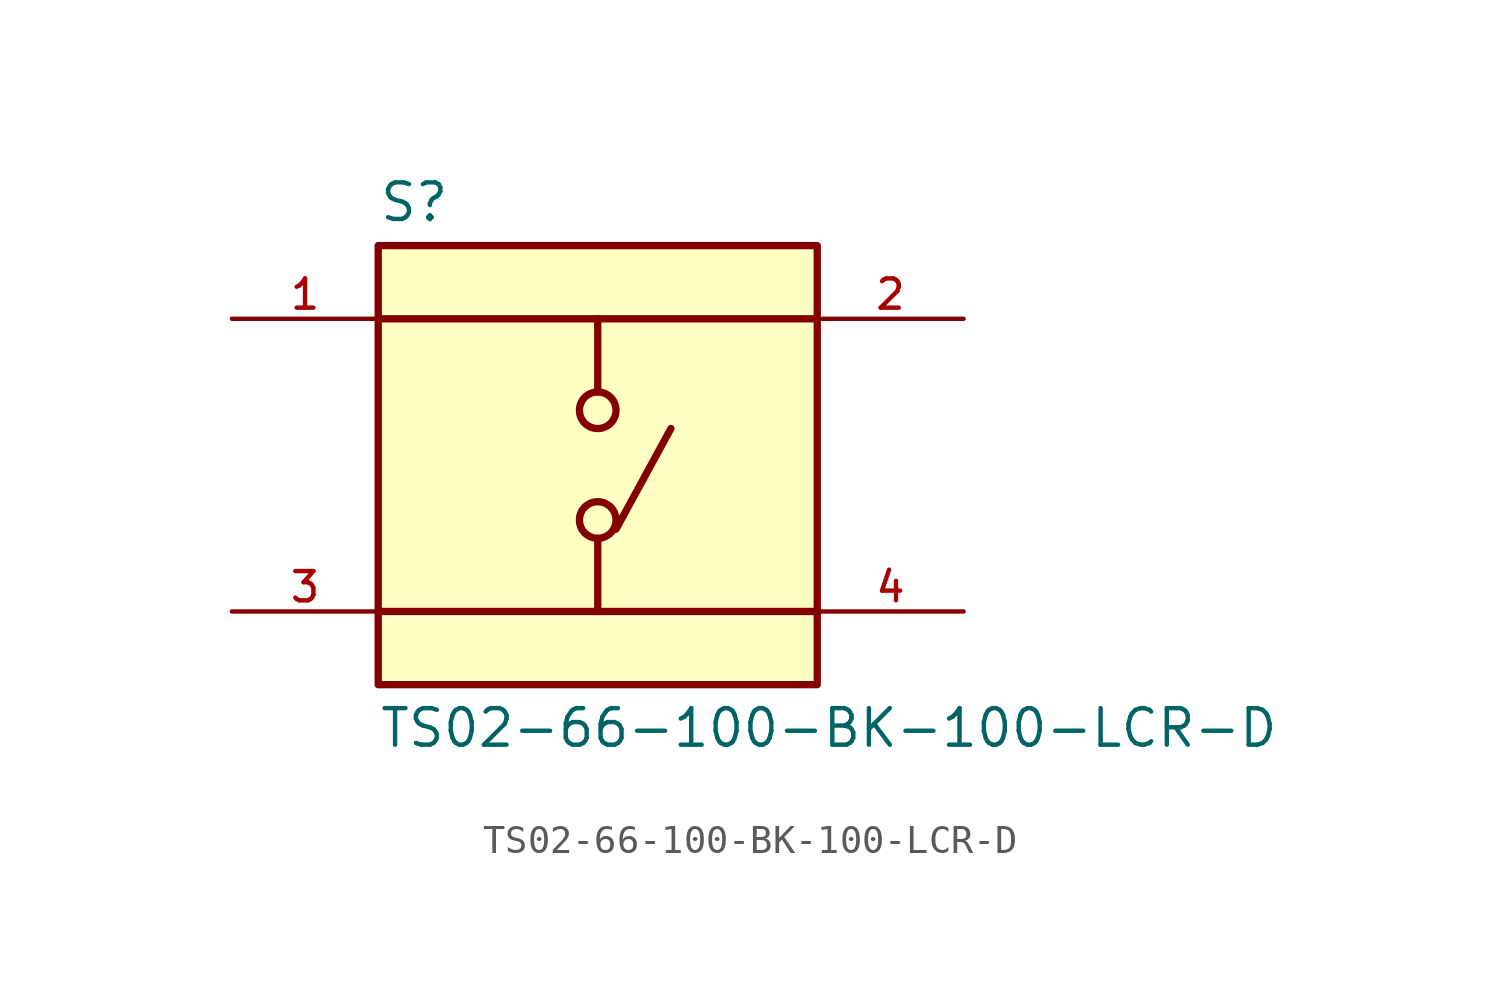
<source format=kicad_sym>
(kicad_symbol_lib
  (version 20211014)
  (generator kicad_symbol_editor)
  (symbol "TS02-66-100-BK-100-LCR-D"
    (pin_names
      (offset 1.016))
    (property "Reference" "S"
      (at -7.62 8.382 0)
      (effects (font (size 1.27 1.27)) (justify bottom left)))
    (property "Value" "TS02-66-100-BK-100-LCR-D"
      (at -7.62 -8.382 0)
      (effects (font (size 1.27 1.27)) (justify top left)))
    (symbol "TS02-66-100-BK-100-LCR-D_0_0"
      (polyline (pts (xy 0.0 5.08) (xy 0.0 2.54)) (stroke (width 0.254)))
      (polyline (pts (xy 0.0 -2.54) (xy 0.0 -5.08)) (stroke (width 0.254)))
      (polyline (pts (xy 0.0 5.08) (xy -7.62 5.08)) (stroke (width 0.254)))
      (polyline (pts (xy 0.0 5.08) (xy 7.62 5.08)) (stroke (width 0.254)))
      (polyline (pts (xy 0.0 -5.08) (xy -7.62 -5.08)) (stroke (width 0.254)))
      (polyline (pts (xy 0.0 -5.08) (xy 7.62 -5.08)) (stroke (width 0.254)))
      (circle (center 0.0 -1.905) (radius 0.635) (stroke (width 0.254)) (fill (type none)))
      (circle (center 0.0 1.905) (radius 0.635) (stroke (width 0.254)) (fill (type none)))
      (polyline (pts (xy 0.635 -2.223) (xy 2.54 1.27)) (stroke (width 0.254)))
      (rectangle (start -7.62 -7.62) (end 7.62 7.62) (stroke (width 0.254)) (fill (type background)))
      (pin passive line (at -12.7 5.08 0) (length 5.08) (name "~" (effects (font (size 1.016 1.016)))) (number "1" (effects (font (size 1.016 1.016)))))
      (pin passive line (at -12.7 -5.08 0) (length 5.08) (name "~" (effects (font (size 1.016 1.016)))) (number "3" (effects (font (size 1.016 1.016)))))
      (pin passive line (at 12.7 5.08 180.0) (length 5.08) (name "~" (effects (font (size 1.016 1.016)))) (number "2" (effects (font (size 1.016 1.016)))))
      (pin passive line (at 12.7 -5.08 180.0) (length 5.08) (name "~" (effects (font (size 1.016 1.016)))) (number "4" (effects (font (size 1.016 1.016))))))))
</source>
